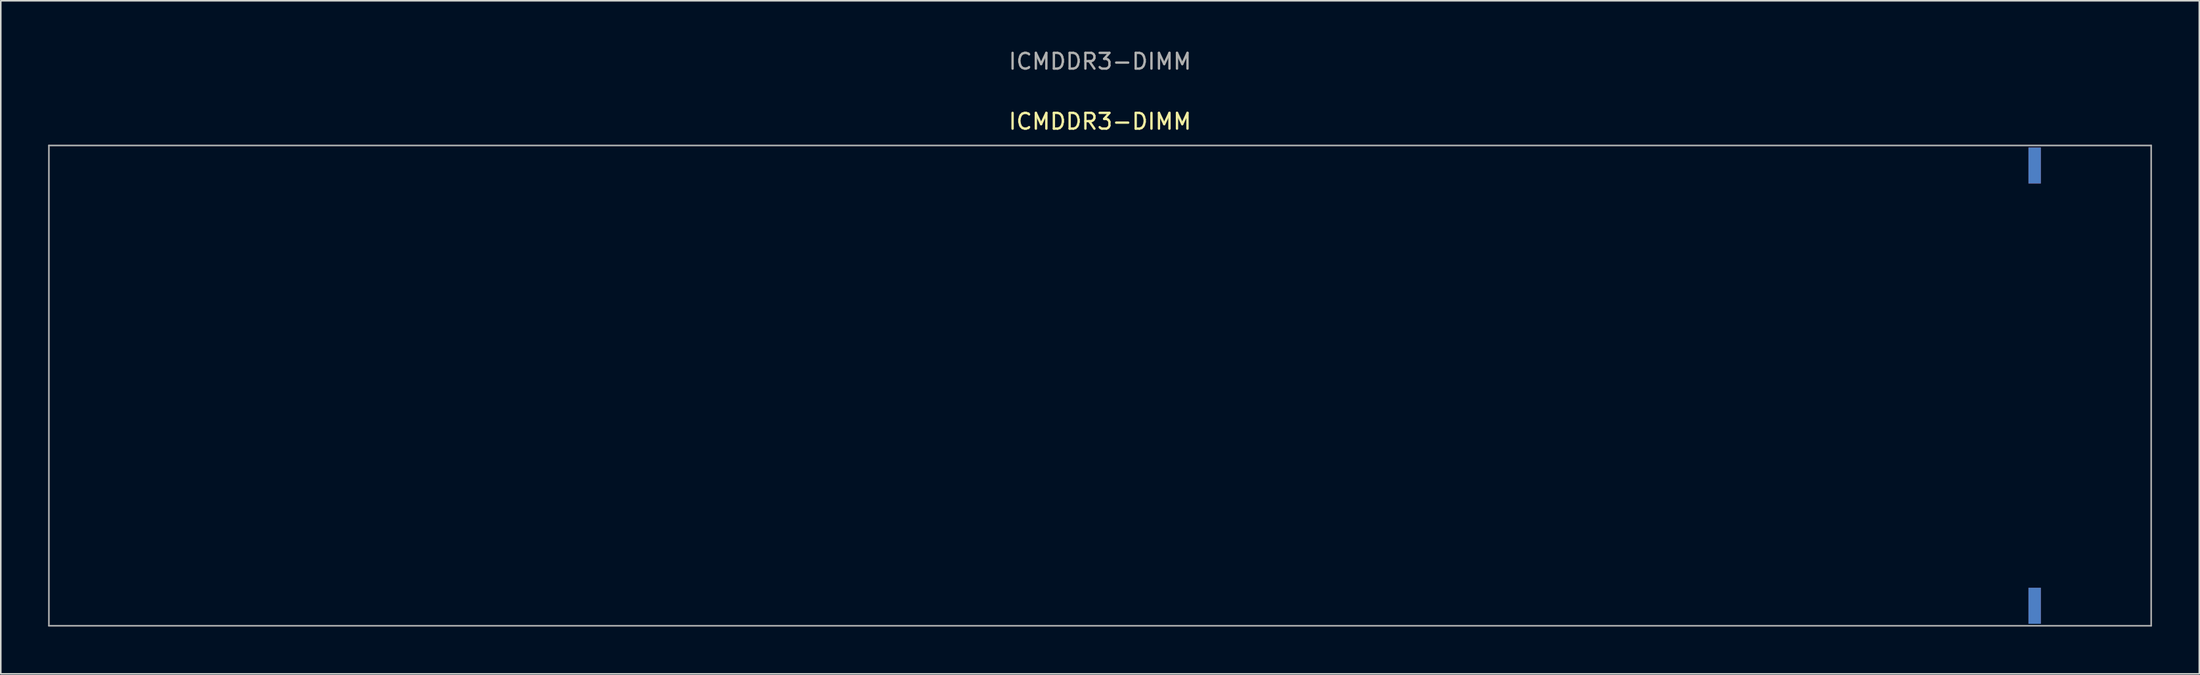
<source format=kicad_pcb>
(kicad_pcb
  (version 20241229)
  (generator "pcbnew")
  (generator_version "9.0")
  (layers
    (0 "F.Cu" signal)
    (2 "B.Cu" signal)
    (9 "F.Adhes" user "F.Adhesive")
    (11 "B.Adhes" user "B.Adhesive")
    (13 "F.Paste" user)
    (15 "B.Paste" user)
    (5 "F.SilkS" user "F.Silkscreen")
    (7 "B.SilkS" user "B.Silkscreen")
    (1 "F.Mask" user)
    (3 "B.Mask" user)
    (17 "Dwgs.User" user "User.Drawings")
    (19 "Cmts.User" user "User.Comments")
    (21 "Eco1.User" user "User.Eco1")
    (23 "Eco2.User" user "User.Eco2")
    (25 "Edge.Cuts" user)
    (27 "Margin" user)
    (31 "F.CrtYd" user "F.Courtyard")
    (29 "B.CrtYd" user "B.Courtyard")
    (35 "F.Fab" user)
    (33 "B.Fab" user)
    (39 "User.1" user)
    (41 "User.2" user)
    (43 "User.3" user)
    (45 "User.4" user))
  (footprint "ICMDDR3-DIMM"
    (layer "F.Cu")
    (at 66.726 21.422)
    (property "Reference" "ICMDDR3-DIMM" (at 0 -16.764 0) (unlocked yes) (layer "F.SilkS") (effects (font (size 1 1) (thickness 0.15))))
    (attr smd)
    (fp_line (start -66.675 -15.24) (end -66.675 15.24) (stroke (width 0.102) (type solid)) (layer "F.Fab"))
    (fp_line (start 66.675 -15.24) (end -66.675 -15.24) (stroke (width 0.102) (type solid)) (layer "F.Fab"))
    (fp_line (start 66.675 -15.24) (end 66.675 15.24) (stroke (width 0.102) (type solid)) (layer "F.Fab"))
    (fp_line (start 66.675 15.24) (end -66.675 15.24) (stroke (width 0.102) (type solid)) (layer "F.Fab"))
    (fp_text user "${REFERENCE}" (at 0 -20.574 0) (unlocked yes) (layer "F.Fab") (effects (font (size 1 1) (thickness 0.15))))
    (pad "1" smd rect (at 59.284 -13.97) (size 0.787 2.286) (layers "F.Cu" "F.Mask" "F.Paste"))
    (pad "1" smd rect (at 59.284 13.97) (size 0.787 2.286) (layers "F.Cu" "F.Mask" "F.Paste"))
    (pad "2" smd rect (at 59.284 -13.97) (size 0.787 2.286) (layers "F.Mask" "B.Cu" "F.Paste"))
    (pad "2" smd rect (at 59.284 13.97) (size 0.787 2.286) (layers "F.Mask" "B.Cu" "F.Paste")))
  (gr_rect
    (start -3 -3)
    (end 136.452 39.713)
    (stroke (width 0.1) (type default))
    (fill no)
    (layer "Edge.Cuts")))
</source>
